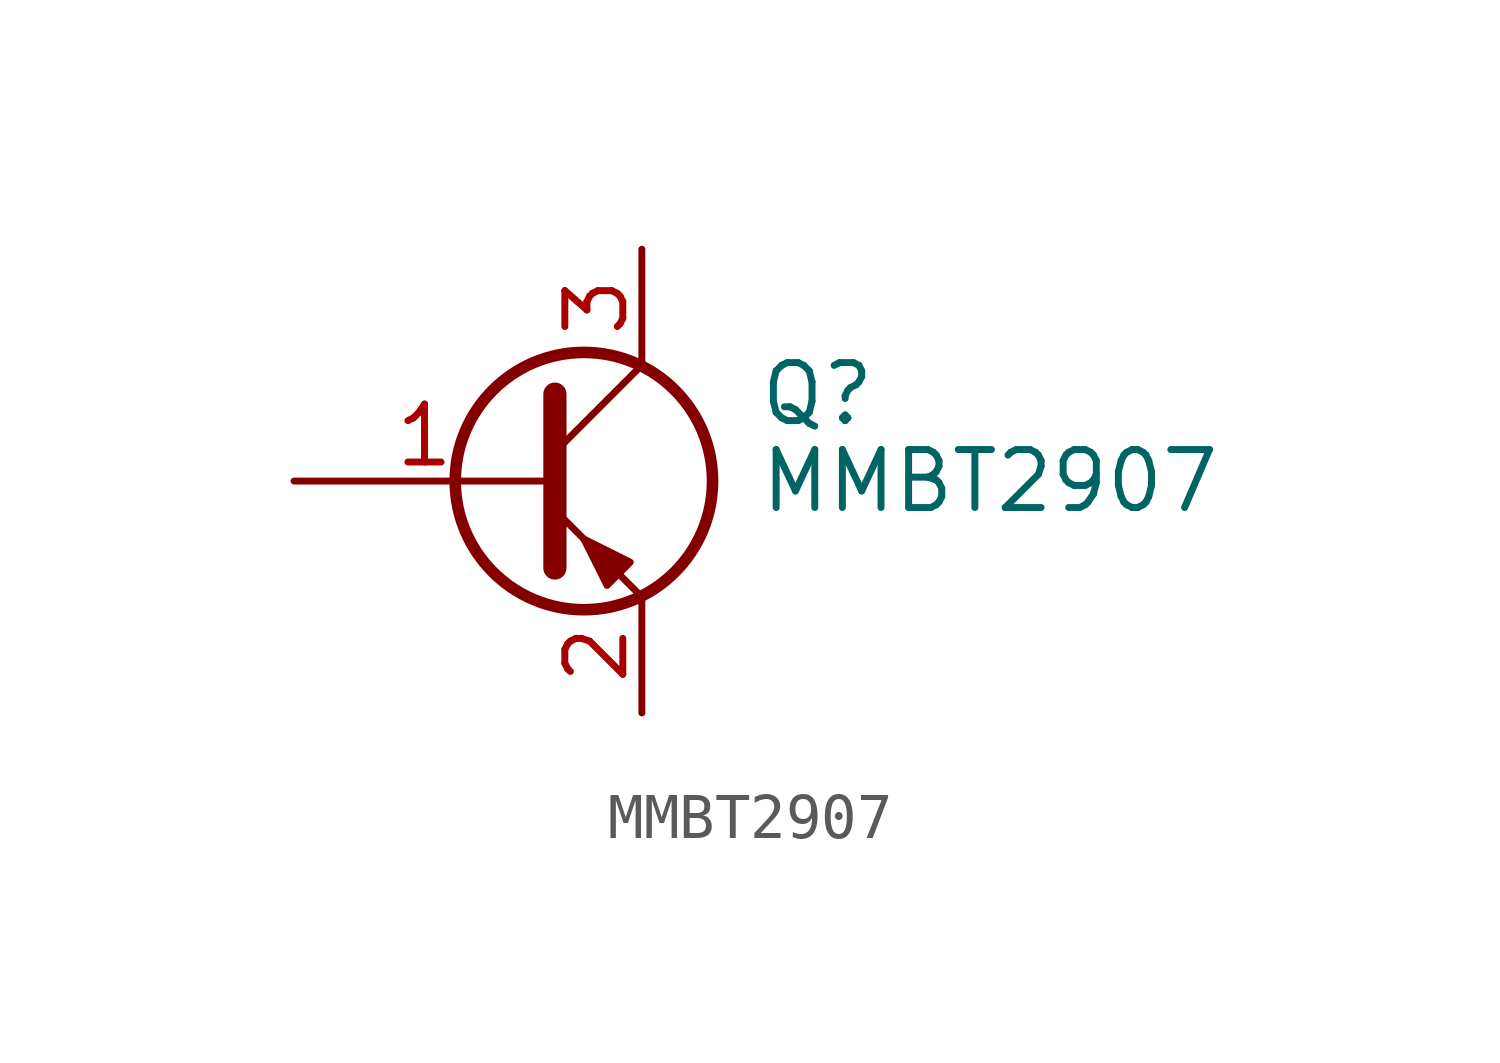
<source format=kicad_sym>
(kicad_symbol_lib
  (version 20231120)
  (generator "kicad_symbol_editor")
  (generator_version "8.0")
  (symbol "MMBT2907"
    (pin_names
      (offset 0) hide)
    (property "Reference" "Q"
      (at 5.08 1.905 0)
      (effects (font (size 1.27 1.27)) (justify left)))
    (property "Value" "MMBT2907"
      (at 5.08 0 0)
      (effects (font (size 1.27 1.27)) (justify left)))
    (symbol "MMBT2907_0_1"
      (polyline (pts (xy 0.635 0.635) (xy 2.54 2.54)) (stroke (width 0) (type solid)) (fill (type none)))
      (polyline (pts (xy 0.635 -0.635) (xy 2.54 -2.54) (xy 2.54 -2.54)) (stroke (width 0) (type solid)) (fill (type none)))
      (polyline (pts (xy 0.635 1.905) (xy 0.635 -1.905) (xy 0.635 -1.905)) (stroke (width 0.508) (type solid)) (fill (type none)))
      (polyline (pts (xy 2.286 -1.778) (xy 1.778 -2.286) (xy 1.27 -1.27) (xy 2.286 -1.778) (xy 2.286 -1.778)) (stroke (width 0) (type solid)) (fill (type outline)))
      (circle (center 1.27 0) (radius 2.819) (stroke (width 0.254) (type solid)) (fill (type none))))
    (symbol "MMBT2907_1_1"
      (pin input line (at -5.08 0 0) (length 5.715) (name "B" (effects (font (size 1.27 1.27)))) (number "1" (effects (font (size 1.27 1.27)))))
      (pin passive line (at 2.54 -5.08 90) (length 2.54) (name "E" (effects (font (size 1.27 1.27)))) (number "2" (effects (font (size 1.27 1.27)))))
      (pin passive line (at 2.54 5.08 270) (length 2.54) (name "C" (effects (font (size 1.27 1.27)))) (number "3" (effects (font (size 1.27 1.27))))))))
</source>
